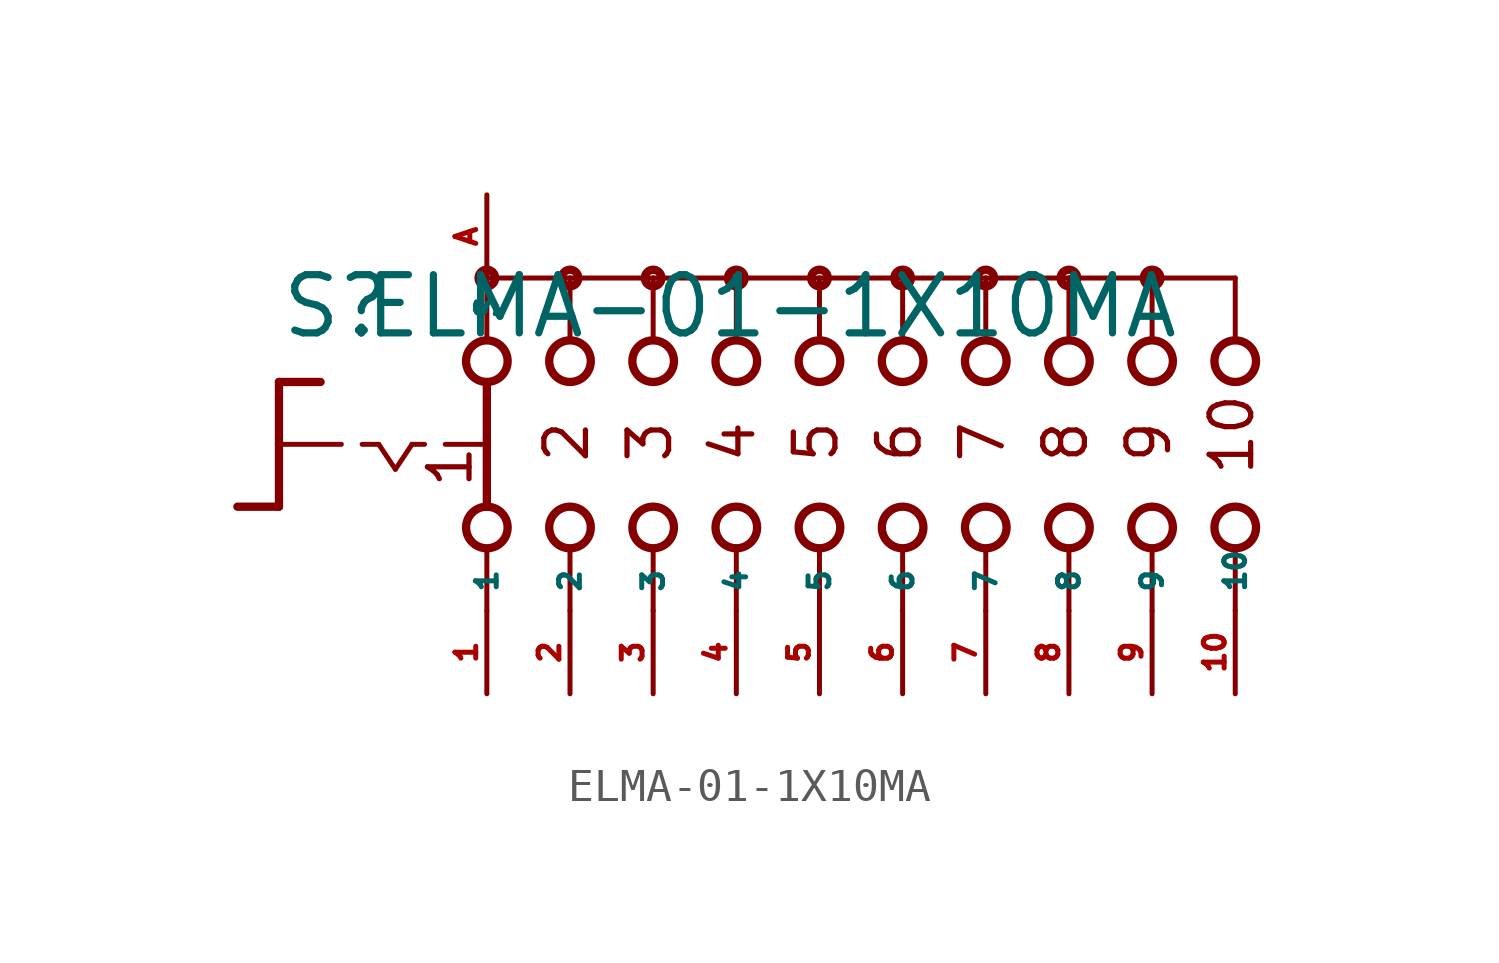
<source format=kicad_sym>
(kicad_symbol_lib
  (version 20220914)
  (generator Eagle2Kicad)
  (symbol "ELMA-01-1X10MA"
    (property "Reference" "S"
      (at -16.51 3.175 0)
      (effects (font (size 1.778 1.778) (thickness 0.22)) (justify left bottom)))
    (property "Value" "ELMA-01-1X10MA"
      (at -13.97 3.175 0)
      (effects (font (size 1.778 1.778) (thickness 0.22)) (justify left bottom)))
    (polyline
      (pts (xy -16.51 1.905) (xy -15.24 1.905))
      (stroke (width 0.254) (type default))
      (fill (type none)))
    (polyline
      (pts (xy -16.51 1.905) (xy -16.51 0))
      (stroke (width 0.254) (type default))
      (fill (type none)))
    (polyline
      (pts (xy -16.51 -1.905) (xy -17.78 -1.905))
      (stroke (width 0.254) (type default))
      (fill (type none)))
    (polyline
      (pts (xy -16.51 0) (xy -14.605 0))
      (stroke (width 0.152) (type default))
      (fill (type none)))
    (polyline
      (pts (xy -16.51 0) (xy -16.51 -1.905))
      (stroke (width 0.254) (type default))
      (fill (type none)))
    (polyline
      (pts (xy -13.97 0) (xy -13.462 0))
      (stroke (width 0.152) (type default))
      (fill (type none)))
    (polyline
      (pts (xy -12.446 0) (xy -12.065 0))
      (stroke (width 0.152) (type default))
      (fill (type none)))
    (polyline
      (pts (xy -11.43 0) (xy -10.287 0))
      (stroke (width 0.152) (type default))
      (fill (type none)))
    (polyline
      (pts (xy -13.462 0) (xy -12.954 -0.762))
      (stroke (width 0.152) (type default))
      (fill (type none)))
    (polyline
      (pts (xy -12.954 -0.762) (xy -12.446 0))
      (stroke (width 0.152) (type default))
      (fill (type none)))
    (polyline
      (pts (xy -7.62 3.175) (xy -7.62 5.08))
      (stroke (width 0.152) (type default))
      (fill (type none)))
    (polyline
      (pts (xy -5.08 3.175) (xy -5.08 5.08))
      (stroke (width 0.152) (type default))
      (fill (type none)))
    (polyline
      (pts (xy -2.54 3.175) (xy -2.54 5.08))
      (stroke (width 0.152) (type default))
      (fill (type none)))
    (polyline
      (pts (xy -7.62 -5.08) (xy -7.62 -3.175))
      (stroke (width 0.152) (type default))
      (fill (type none)))
    (polyline
      (pts (xy -5.08 -5.08) (xy -5.08 -3.175))
      (stroke (width 0.152) (type default))
      (fill (type none)))
    (polyline
      (pts (xy -2.54 -5.08) (xy -2.54 -3.175))
      (stroke (width 0.152) (type default))
      (fill (type none)))
    (polyline
      (pts (xy -5.08 5.08) (xy -7.62 5.08))
      (stroke (width 0.152) (type default))
      (fill (type none)))
    (polyline
      (pts (xy -5.08 5.08) (xy -2.54 5.08))
      (stroke (width 0.152) (type default))
      (fill (type none)))
    (polyline
      (pts (xy 0 -5.08) (xy 0 -3.175))
      (stroke (width 0.152) (type default))
      (fill (type none)))
    (polyline
      (pts (xy 2.54 -5.08) (xy 2.54 -3.175))
      (stroke (width 0.152) (type default))
      (fill (type none)))
    (polyline
      (pts (xy 0 3.175) (xy 0 5.08))
      (stroke (width 0.152) (type default))
      (fill (type none)))
    (polyline
      (pts (xy 2.54 3.175) (xy 2.54 5.08))
      (stroke (width 0.152) (type default))
      (fill (type none)))
    (polyline
      (pts (xy -2.54 5.08) (xy 0 5.08))
      (stroke (width 0.152) (type default))
      (fill (type none)))
    (polyline
      (pts (xy 0 5.08) (xy 2.54 5.08))
      (stroke (width 0.152) (type default))
      (fill (type none)))
    (polyline
      (pts (xy -10.16 5.08) (xy -10.16 3.175))
      (stroke (width 0.152) (type default))
      (fill (type none)))
    (polyline
      (pts (xy -10.16 1.905) (xy -10.16 -1.905))
      (stroke (width 0.254) (type default))
      (fill (type none)))
    (polyline
      (pts (xy -10.16 -3.175) (xy -10.16 -5.08))
      (stroke (width 0.152) (type default))
      (fill (type none)))
    (polyline
      (pts (xy -7.62 5.08) (xy -10.16 5.08))
      (stroke (width 0.152) (type default))
      (fill (type none)))
    (polyline
      (pts (xy 2.54 5.08) (xy 5.08 5.08))
      (stroke (width 0.152) (type default))
      (fill (type none)))
    (polyline
      (pts (xy 5.08 3.175) (xy 5.08 5.08))
      (stroke (width 0.152) (type default))
      (fill (type none)))
    (polyline
      (pts (xy 5.08 -5.08) (xy 5.08 -3.175))
      (stroke (width 0.152) (type default))
      (fill (type none)))
    (polyline
      (pts (xy 7.62 3.175) (xy 7.62 5.08))
      (stroke (width 0.152) (type default))
      (fill (type none)))
    (polyline
      (pts (xy 10.16 3.175) (xy 10.16 5.08))
      (stroke (width 0.152) (type default))
      (fill (type none)))
    (polyline
      (pts (xy 12.7 3.175) (xy 12.7 5.08))
      (stroke (width 0.152) (type default))
      (fill (type none)))
    (polyline
      (pts (xy 5.08 5.08) (xy 7.62 5.08))
      (stroke (width 0.152) (type default))
      (fill (type none)))
    (polyline
      (pts (xy 7.62 5.08) (xy 10.16 5.08))
      (stroke (width 0.152) (type default))
      (fill (type none)))
    (polyline
      (pts (xy 10.16 5.08) (xy 12.7 5.08))
      (stroke (width 0.152) (type default))
      (fill (type none)))
    (polyline
      (pts (xy 7.62 -5.08) (xy 7.62 -3.175))
      (stroke (width 0.152) (type default))
      (fill (type none)))
    (polyline
      (pts (xy 10.16 -5.08) (xy 10.16 -3.175))
      (stroke (width 0.152) (type default))
      (fill (type none)))
    (polyline
      (pts (xy 12.7 -5.08) (xy 12.7 -3.175))
      (stroke (width 0.152) (type default))
      (fill (type none)))
    (text "1"
      (at -10.541 -1.397 900)
      (effects (font (size 1.27 1.27) (thickness 0.16)) (justify left bottom)))
    (text "2"
      (at -6.985 -0.635 900)
      (effects (font (size 1.27 1.27) (thickness 0.16)) (justify left bottom)))
    (text "3"
      (at -4.445 -0.635 900)
      (effects (font (size 1.27 1.27) (thickness 0.16)) (justify left bottom)))
    (text "4"
      (at -1.905 -0.635 900)
      (effects (font (size 1.27 1.27) (thickness 0.16)) (justify left bottom)))
    (text "5"
      (at 0.635 -0.635 900)
      (effects (font (size 1.27 1.27) (thickness 0.16)) (justify left bottom)))
    (text "6"
      (at 3.175 -0.635 900)
      (effects (font (size 1.27 1.27) (thickness 0.16)) (justify left bottom)))
    (text "7"
      (at 5.715 -0.635 900)
      (effects (font (size 1.27 1.27) (thickness 0.16)) (justify left bottom)))
    (text "8"
      (at 8.255 -0.635 900)
      (effects (font (size 1.27 1.27) (thickness 0.16)) (justify left bottom)))
    (text "9"
      (at 10.795 -0.635 900)
      (effects (font (size 1.27 1.27) (thickness 0.16)) (justify left bottom)))
    (text "10"
      (at 13.335 -1.016 900)
      (effects (font (size 1.27 1.27) (thickness 0.16)) (justify left bottom)))
    (circle
      (center -5.08 5.08)
      (radius 0.254)
      (stroke (width 0.254) (type default))
      (fill (type none)))
    (circle
      (center -2.54 5.08)
      (radius 0.254)
      (stroke (width 0.254) (type default))
      (fill (type none)))
    (circle
      (center 2.54 5.08)
      (radius 0.254)
      (stroke (width 0.254) (type default))
      (fill (type none)))
    (circle
      (center -10.16 5.08)
      (radius 0.254)
      (stroke (width 0.254) (type default))
      (fill (type none)))
    (circle
      (center -7.62 5.08)
      (radius 0.254)
      (stroke (width 0.254) (type default))
      (fill (type none)))
    (circle
      (center -10.16 2.54)
      (radius 0.635)
      (stroke (width 0.254) (type default))
      (fill (type none)))
    (circle
      (center -7.62 2.54)
      (radius 0.635)
      (stroke (width 0.254) (type default))
      (fill (type none)))
    (circle
      (center -5.08 2.54)
      (radius 0.635)
      (stroke (width 0.254) (type default))
      (fill (type none)))
    (circle
      (center -10.16 -2.54)
      (radius 0.635)
      (stroke (width 0.254) (type default))
      (fill (type none)))
    (circle
      (center -7.62 -2.54)
      (radius 0.635)
      (stroke (width 0.254) (type default))
      (fill (type none)))
    (circle
      (center -5.08 -2.54)
      (radius 0.635)
      (stroke (width 0.254) (type default))
      (fill (type none)))
    (circle
      (center 0 5.08)
      (radius 0.254)
      (stroke (width 0.254) (type default))
      (fill (type none)))
    (circle
      (center -2.54 2.54)
      (radius 0.635)
      (stroke (width 0.254) (type default))
      (fill (type none)))
    (circle
      (center 0 2.54)
      (radius 0.635)
      (stroke (width 0.254) (type default))
      (fill (type none)))
    (circle
      (center -2.54 -2.54)
      (radius 0.635)
      (stroke (width 0.254) (type default))
      (fill (type none)))
    (circle
      (center 0 -2.54)
      (radius 0.635)
      (stroke (width 0.254) (type default))
      (fill (type none)))
    (circle
      (center 2.54 2.54)
      (radius 0.635)
      (stroke (width 0.254) (type default))
      (fill (type none)))
    (circle
      (center 2.54 -2.54)
      (radius 0.635)
      (stroke (width 0.254) (type default))
      (fill (type none)))
    (circle
      (center 5.08 5.08)
      (radius 0.254)
      (stroke (width 0.254) (type default))
      (fill (type none)))
    (circle
      (center 5.08 2.54)
      (radius 0.635)
      (stroke (width 0.254) (type default))
      (fill (type none)))
    (circle
      (center 5.08 -2.54)
      (radius 0.635)
      (stroke (width 0.254) (type default))
      (fill (type none)))
    (circle
      (center 7.62 2.54)
      (radius 0.635)
      (stroke (width 0.254) (type default))
      (fill (type none)))
    (circle
      (center 10.16 2.54)
      (radius 0.635)
      (stroke (width 0.254) (type default))
      (fill (type none)))
    (circle
      (center 12.7 2.54)
      (radius 0.635)
      (stroke (width 0.254) (type default))
      (fill (type none)))
    (circle
      (center 7.62 5.08)
      (radius 0.254)
      (stroke (width 0.254) (type default))
      (fill (type none)))
    (circle
      (center 10.16 5.08)
      (radius 0.254)
      (stroke (width 0.254) (type default))
      (fill (type none)))
    (circle
      (center 7.62 -2.54)
      (radius 0.635)
      (stroke (width 0.254) (type default))
      (fill (type none)))
    (circle
      (center 10.16 -2.54)
      (radius 0.635)
      (stroke (width 0.254) (type default))
      (fill (type none)))
    (circle
      (center 12.7 -2.54)
      (radius 0.635)
      (stroke (width 0.254) (type default))
      (fill (type none)))
    (pin passive line
      (at -10.16 -7.62 90)
      (length 2.54)
      (name "1" (effects (font (size 0.635 0.635) (thickness 0.08)) (justify left bottom)))
      (number "1" (effects (font (size 0.635 0.635) (thickness 0.08)) (justify left bottom))))
    (pin passive line
      (at -10.16 7.62 270)
      (length 2.54)
      (name "S" (effects (font (size 0.635 0.635) (thickness 0.08)) (justify left bottom)))
      (number "A" (effects (font (size 0.635 0.635) (thickness 0.08)) (justify left bottom))))
    (pin passive line
      (at -7.62 -7.62 90)
      (length 2.54)
      (name "2" (effects (font (size 0.635 0.635) (thickness 0.08)) (justify left bottom)))
      (number "2" (effects (font (size 0.635 0.635) (thickness 0.08)) (justify left bottom))))
    (pin passive line
      (at -5.08 -7.62 90)
      (length 2.54)
      (name "3" (effects (font (size 0.635 0.635) (thickness 0.08)) (justify left bottom)))
      (number "3" (effects (font (size 0.635 0.635) (thickness 0.08)) (justify left bottom))))
    (pin passive line
      (at -2.54 -7.62 90)
      (length 2.54)
      (name "4" (effects (font (size 0.635 0.635) (thickness 0.08)) (justify left bottom)))
      (number "4" (effects (font (size 0.635 0.635) (thickness 0.08)) (justify left bottom))))
    (pin passive line
      (at 0 -7.62 90)
      (length 2.54)
      (name "5" (effects (font (size 0.635 0.635) (thickness 0.08)) (justify left bottom)))
      (number "5" (effects (font (size 0.635 0.635) (thickness 0.08)) (justify left bottom))))
    (pin passive line
      (at 2.54 -7.62 90)
      (length 2.54)
      (name "6" (effects (font (size 0.635 0.635) (thickness 0.08)) (justify left bottom)))
      (number "6" (effects (font (size 0.635 0.635) (thickness 0.08)) (justify left bottom))))
    (pin passive line
      (at 5.08 -7.62 90)
      (length 2.54)
      (name "7" (effects (font (size 0.635 0.635) (thickness 0.08)) (justify left bottom)))
      (number "7" (effects (font (size 0.635 0.635) (thickness 0.08)) (justify left bottom))))
    (pin passive line
      (at 7.62 -7.62 90)
      (length 2.54)
      (name "8" (effects (font (size 0.635 0.635) (thickness 0.08)) (justify left bottom)))
      (number "8" (effects (font (size 0.635 0.635) (thickness 0.08)) (justify left bottom))))
    (pin passive line
      (at 10.16 -7.62 90)
      (length 2.54)
      (name "9" (effects (font (size 0.635 0.635) (thickness 0.08)) (justify left bottom)))
      (number "9" (effects (font (size 0.635 0.635) (thickness 0.08)) (justify left bottom))))
    (pin passive line
      (at 12.7 -7.62 90)
      (length 2.54)
      (name "10" (effects (font (size 0.635 0.635) (thickness 0.08)) (justify left bottom)))
      (number "10" (effects (font (size 0.635 0.635) (thickness 0.08)) (justify left bottom))))))
</source>
